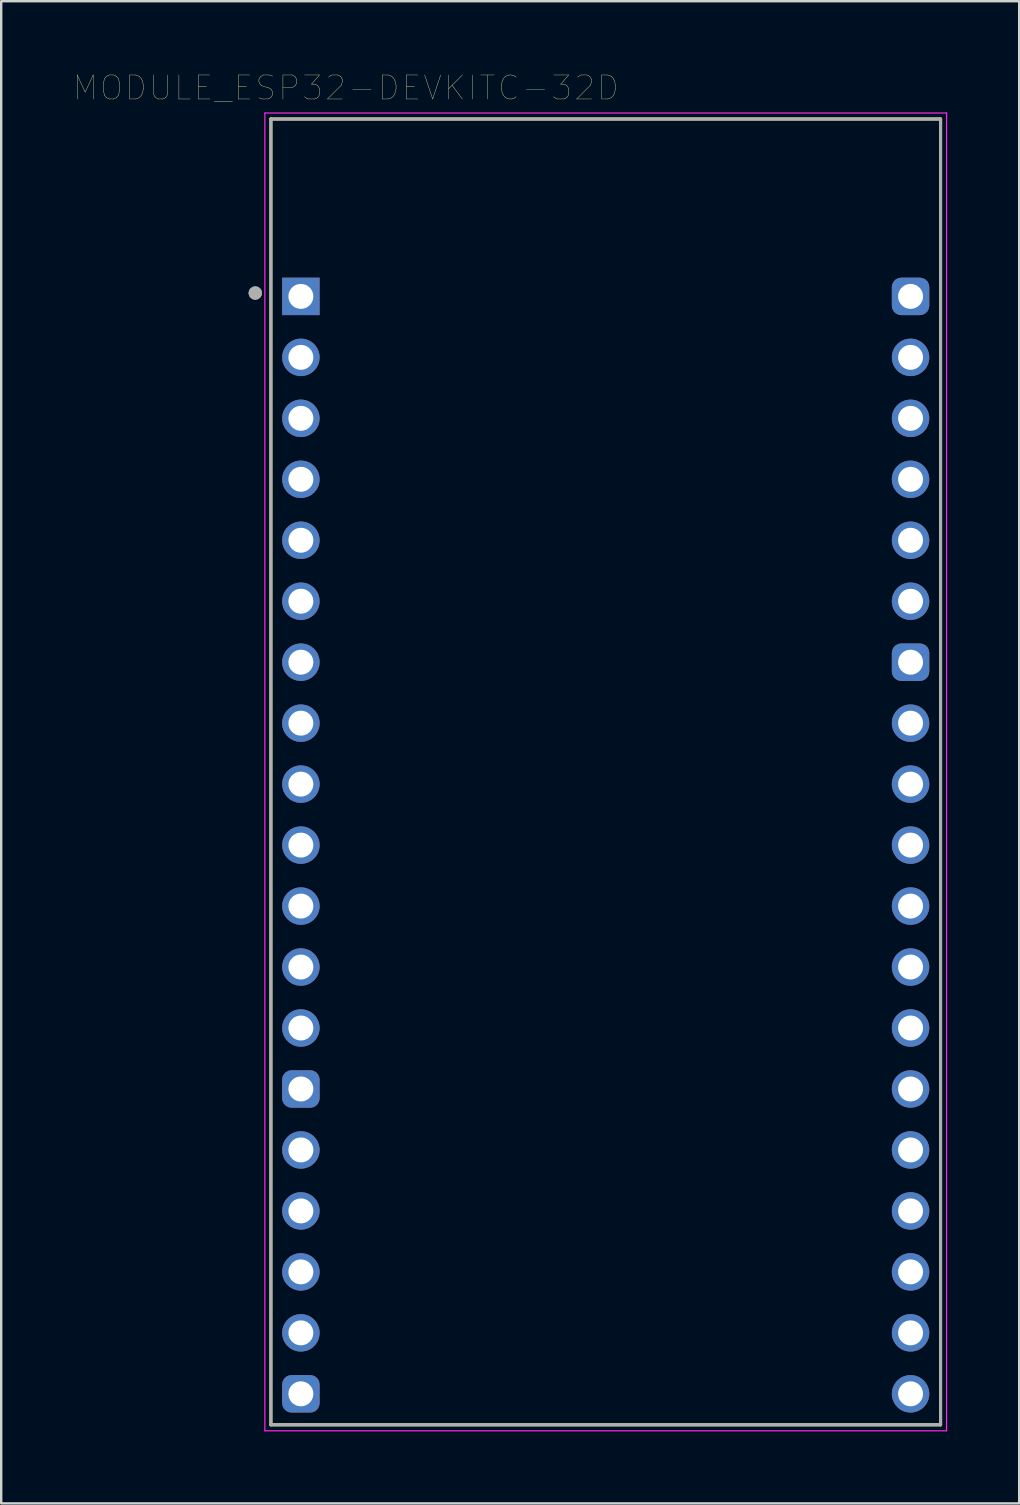
<source format=kicad_pcb>
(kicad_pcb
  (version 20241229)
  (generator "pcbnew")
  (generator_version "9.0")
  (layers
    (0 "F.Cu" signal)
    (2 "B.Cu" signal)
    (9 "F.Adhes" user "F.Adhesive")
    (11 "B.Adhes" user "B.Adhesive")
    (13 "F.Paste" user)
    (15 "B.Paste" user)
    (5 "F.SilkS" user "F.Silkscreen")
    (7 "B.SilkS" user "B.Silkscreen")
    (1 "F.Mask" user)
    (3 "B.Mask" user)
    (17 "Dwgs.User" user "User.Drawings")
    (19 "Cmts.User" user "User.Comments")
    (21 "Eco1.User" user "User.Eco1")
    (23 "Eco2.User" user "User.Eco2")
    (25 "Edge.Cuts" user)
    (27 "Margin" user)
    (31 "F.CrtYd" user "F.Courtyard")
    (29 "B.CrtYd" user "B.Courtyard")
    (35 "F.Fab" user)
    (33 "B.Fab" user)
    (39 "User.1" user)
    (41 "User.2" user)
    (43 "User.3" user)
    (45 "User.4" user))
  (footprint "MODULE_ESP32-DEVKITC-32D"
    (layer "F.Cu")
    (at 22.185 29.058)
    (property "Reference" "MODULE_ESP32-DEVKITC-32D" (at -10.829 -28.446 0) (layer "F.SilkS") (effects (font (size 1 1) (thickness 0.015))))
    (attr through_hole)
    (fp_line (start -13.95 -27.15) (end 13.95 -27.15) (stroke (width 0.127) (type solid)) (layer "F.SilkS"))
    (fp_line (start -13.95 27.25) (end -13.95 -27.15) (stroke (width 0.127) (type solid)) (layer "F.SilkS"))
    (fp_line (start 13.95 -27.15) (end 13.95 27.25) (stroke (width 0.127) (type solid)) (layer "F.SilkS"))
    (fp_line (start 13.95 27.25) (end -13.95 27.25) (stroke (width 0.127) (type solid)) (layer "F.SilkS"))
    (fp_line (start -14.2 -27.4) (end 14.2 -27.4) (stroke (width 0.05) (type solid)) (layer "F.CrtYd"))
    (fp_line (start -14.2 27.5) (end -14.2 -27.4) (stroke (width 0.05) (type solid)) (layer "F.CrtYd"))
    (fp_line (start 14.2 -27.4) (end 14.2 27.5) (stroke (width 0.05) (type solid)) (layer "F.CrtYd"))
    (fp_line (start 14.2 27.5) (end -14.2 27.5) (stroke (width 0.05) (type solid)) (layer "F.CrtYd"))
    (fp_line (start -13.95 -27.15) (end 13.95 -27.15) (stroke (width 0.127) (type solid)) (layer "F.Fab"))
    (fp_line (start -13.95 27.25) (end -13.95 -27.15) (stroke (width 0.127) (type solid)) (layer "F.Fab"))
    (fp_line (start 13.95 -27.15) (end 13.95 27.25) (stroke (width 0.127) (type solid)) (layer "F.Fab"))
    (fp_line (start 13.95 27.25) (end -13.95 27.25) (stroke (width 0.127) (type solid)) (layer "F.Fab"))
    (fp_circle (center -14.6 -19.9) (end -14.46 -19.9) (stroke (width 0.28) (type solid)) (fill no) (layer "F.Fab"))
    (fp_circle (center -14.6 -19.9) (end -14.46 -19.9) (stroke (width 0.28) (type solid)) (fill no) (layer "F.Fab"))
    (pad "1" thru_hole rect (at -12.7 -19.76) (size 1.56 1.56) (drill 1.04) (layers "*.Cu" "*.Mask"))
    (pad "2" thru_hole circle (at -12.7 -17.22) (size 1.56 1.56) (drill 1.04) (layers "*.Cu" "*.Mask"))
    (pad "3" thru_hole circle (at -12.7 -14.68) (size 1.56 1.56) (drill 1.04) (layers "*.Cu" "*.Mask"))
    (pad "4" thru_hole circle (at -12.7 -12.14) (size 1.56 1.56) (drill 1.04) (layers "*.Cu" "*.Mask"))
    (pad "5" thru_hole circle (at -12.7 -9.6) (size 1.56 1.56) (drill 1.04) (layers "*.Cu" "*.Mask"))
    (pad "6" thru_hole circle (at -12.7 -7.06) (size 1.56 1.56) (drill 1.04) (layers "*.Cu" "*.Mask"))
    (pad "7" thru_hole circle (at -12.7 -4.52) (size 1.56 1.56) (drill 1.04) (layers "*.Cu" "*.Mask"))
    (pad "8" thru_hole circle (at -12.7 -1.98) (size 1.56 1.56) (drill 1.04) (layers "*.Cu" "*.Mask"))
    (pad "9" thru_hole circle (at -12.7 0.56) (size 1.56 1.56) (drill 1.04) (layers "*.Cu" "*.Mask"))
    (pad "10" thru_hole circle (at -12.7 3.1) (size 1.56 1.56) (drill 1.04) (layers "*.Cu" "*.Mask"))
    (pad "11" thru_hole circle (at -12.7 5.64) (size 1.56 1.56) (drill 1.04) (layers "*.Cu" "*.Mask"))
    (pad "12" thru_hole circle (at -12.7 8.18) (size 1.56 1.56) (drill 1.04) (layers "*.Cu" "*.Mask"))
    (pad "13" thru_hole circle (at -12.7 10.72) (size 1.56 1.56) (drill 1.04) (layers "*.Cu" "*.Mask"))
    (pad "14" thru_hole roundrect (at -12.7 13.26) (size 1.56 1.56) (drill 1.04) (layers "*.Cu" "*.Mask") (roundrect_rratio 0.25))
    (pad "15" thru_hole circle (at -12.7 15.8) (size 1.56 1.56) (drill 1.04) (layers "*.Cu" "*.Mask"))
    (pad "16" thru_hole circle (at -12.7 18.34) (size 1.56 1.56) (drill 1.04) (layers "*.Cu" "*.Mask"))
    (pad "17" thru_hole circle (at -12.7 20.88) (size 1.56 1.56) (drill 1.04) (layers "*.Cu" "*.Mask"))
    (pad "18" thru_hole circle (at -12.7 23.42) (size 1.56 1.56) (drill 1.04) (layers "*.Cu" "*.Mask"))
    (pad "19" thru_hole roundrect (at -12.7 25.96) (size 1.56 1.56) (drill 1.04) (layers "*.Cu" "*.Mask") (roundrect_rratio 0.25))
    (pad "20" thru_hole roundrect (at 12.7 -19.76) (size 1.56 1.56) (drill 1.04) (layers "*.Cu" "*.Mask") (roundrect_rratio 0.25))
    (pad "21" thru_hole circle (at 12.7 -17.22) (size 1.56 1.56) (drill 1.04) (layers "*.Cu" "*.Mask"))
    (pad "22" thru_hole circle (at 12.7 -14.68) (size 1.56 1.56) (drill 1.04) (layers "*.Cu" "*.Mask"))
    (pad "23" thru_hole circle (at 12.7 -12.14) (size 1.56 1.56) (drill 1.04) (layers "*.Cu" "*.Mask"))
    (pad "24" thru_hole circle (at 12.7 -9.6) (size 1.56 1.56) (drill 1.04) (layers "*.Cu" "*.Mask"))
    (pad "25" thru_hole circle (at 12.7 -7.06) (size 1.56 1.56) (drill 1.04) (layers "*.Cu" "*.Mask"))
    (pad "26" thru_hole roundrect (at 12.7 -4.52) (size 1.56 1.56) (drill 1.04) (layers "*.Cu" "*.Mask") (roundrect_rratio 0.25))
    (pad "27" thru_hole circle (at 12.7 -1.98) (size 1.56 1.56) (drill 1.04) (layers "*.Cu" "*.Mask"))
    (pad "28" thru_hole circle (at 12.7 0.56) (size 1.56 1.56) (drill 1.04) (layers "*.Cu" "*.Mask"))
    (pad "29" thru_hole circle (at 12.7 3.1) (size 1.56 1.56) (drill 1.04) (layers "*.Cu" "*.Mask"))
    (pad "30" thru_hole circle (at 12.7 5.64) (size 1.56 1.56) (drill 1.04) (layers "*.Cu" "*.Mask"))
    (pad "31" thru_hole circle (at 12.7 8.18) (size 1.56 1.56) (drill 1.04) (layers "*.Cu" "*.Mask"))
    (pad "32" thru_hole circle (at 12.7 10.72) (size 1.56 1.56) (drill 1.04) (layers "*.Cu" "*.Mask"))
    (pad "33" thru_hole circle (at 12.7 13.26) (size 1.56 1.56) (drill 1.04) (layers "*.Cu" "*.Mask"))
    (pad "34" thru_hole circle (at 12.7 15.8) (size 1.56 1.56) (drill 1.04) (layers "*.Cu" "*.Mask"))
    (pad "35" thru_hole circle (at 12.7 18.34) (size 1.56 1.56) (drill 1.04) (layers "*.Cu" "*.Mask"))
    (pad "36" thru_hole circle (at 12.7 20.88) (size 1.56 1.56) (drill 1.04) (layers "*.Cu" "*.Mask"))
    (pad "37" thru_hole circle (at 12.7 23.42) (size 1.56 1.56) (drill 1.04) (layers "*.Cu" "*.Mask"))
    (pad "38" thru_hole circle (at 12.7 25.96) (size 1.56 1.56) (drill 1.04) (layers "*.Cu" "*.Mask")))
  (gr_rect
    (start -3 -3)
    (end 39.41 59.583)
    (stroke (width 0.1) (type default))
    (fill no)
    (layer "Edge.Cuts")))
</source>
